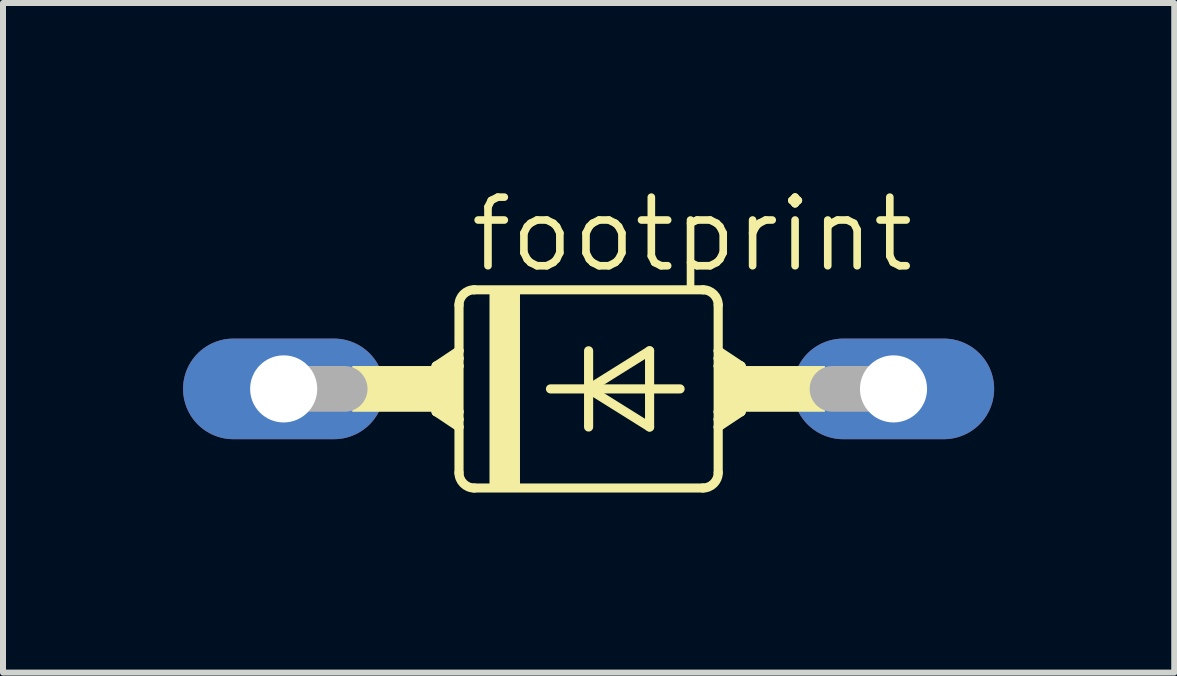
<source format=kicad_pcb>
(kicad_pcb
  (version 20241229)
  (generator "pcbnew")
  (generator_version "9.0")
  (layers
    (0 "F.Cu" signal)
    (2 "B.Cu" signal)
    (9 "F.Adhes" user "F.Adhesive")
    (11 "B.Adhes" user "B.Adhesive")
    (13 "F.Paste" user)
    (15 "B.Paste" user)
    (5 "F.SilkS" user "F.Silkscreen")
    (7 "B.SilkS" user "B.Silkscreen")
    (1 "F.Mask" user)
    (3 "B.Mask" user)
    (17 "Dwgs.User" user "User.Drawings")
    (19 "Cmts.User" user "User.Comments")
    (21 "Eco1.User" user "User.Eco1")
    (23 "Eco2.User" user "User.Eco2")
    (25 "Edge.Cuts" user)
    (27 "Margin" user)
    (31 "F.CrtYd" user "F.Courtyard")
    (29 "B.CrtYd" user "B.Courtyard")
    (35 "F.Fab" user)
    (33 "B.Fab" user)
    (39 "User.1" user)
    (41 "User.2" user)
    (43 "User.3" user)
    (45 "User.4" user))
  (footprint "footprint"
    (layer "F.Cu")
    (at 6.756 3.429)
    (property "Reference" "footprint" (at -2.032 -1.905 0) (layer "F.SilkS") (effects (font (size 1.143 1.143) (thickness 0.127)) (justify left bottom)))
    (fp_line (start -2.54 -0.381) (end -2.54 0.381) (stroke (width 0.152) (type solid)) (layer "F.SilkS"))
    (fp_line (start -2.54 -0.381) (end -2.413 -0.381) (stroke (width 0.152) (type solid)) (layer "F.SilkS"))
    (fp_line (start -2.54 0.381) (end -2.413 0.381) (stroke (width 0.152) (type solid)) (layer "F.SilkS"))
    (fp_line (start -2.54 0.381) (end -2.159 0.635) (stroke (width 0.152) (type solid)) (layer "F.SilkS"))
    (fp_line (start -2.413 -0.381) (end -2.159 -0.381) (stroke (width 0.152) (type solid)) (layer "F.SilkS"))
    (fp_line (start -2.413 0.381) (end -2.159 0.381) (stroke (width 0.152) (type solid)) (layer "F.SilkS"))
    (fp_line (start -2.159 -0.635) (end -2.54 -0.381) (stroke (width 0.152) (type solid)) (layer "F.SilkS"))
    (fp_line (start -2.159 -0.635) (end -2.159 -1.397) (stroke (width 0.152) (type solid)) (layer "F.SilkS"))
    (fp_line (start -2.159 -0.635) (end -2.159 -0.508) (stroke (width 0.152) (type solid)) (layer "F.SilkS"))
    (fp_line (start -2.159 -0.508) (end -2.413 -0.381) (stroke (width 0.152) (type solid)) (layer "F.SilkS"))
    (fp_line (start -2.159 -0.508) (end -2.159 -0.381) (stroke (width 0.152) (type solid)) (layer "F.SilkS"))
    (fp_line (start -2.159 -0.381) (end -2.159 0.381) (stroke (width 0.152) (type solid)) (layer "F.SilkS"))
    (fp_line (start -2.159 0.381) (end -2.159 0.508) (stroke (width 0.152) (type solid)) (layer "F.SilkS"))
    (fp_line (start -2.159 0.508) (end -2.413 0.381) (stroke (width 0.152) (type solid)) (layer "F.SilkS"))
    (fp_line (start -2.159 0.508) (end -2.159 0.635) (stroke (width 0.152) (type solid)) (layer "F.SilkS"))
    (fp_line (start -2.159 0.635) (end -2.159 1.397) (stroke (width 0.152) (type solid)) (layer "F.SilkS"))
    (fp_line (start -1.905 -1.651) (end 1.905 -1.651) (stroke (width 0.152) (type solid)) (layer "F.SilkS"))
    (fp_line (start -1.905 1.651) (end 1.905 1.651) (stroke (width 0.152) (type solid)) (layer "F.SilkS"))
    (fp_line (start -0.635 0) (end 0 0) (stroke (width 0.152) (type solid)) (layer "F.SilkS"))
    (fp_line (start 0 -0.635) (end 0 0) (stroke (width 0.152) (type solid)) (layer "F.SilkS"))
    (fp_line (start 0 0) (end 0 0.635) (stroke (width 0.152) (type solid)) (layer "F.SilkS"))
    (fp_line (start 0 0) (end 1.016 -0.635) (stroke (width 0.152) (type solid)) (layer "F.SilkS"))
    (fp_line (start 0 0) (end 1.524 0) (stroke (width 0.152) (type solid)) (layer "F.SilkS"))
    (fp_line (start 1.016 -0.635) (end 1.016 0.635) (stroke (width 0.152) (type solid)) (layer "F.SilkS"))
    (fp_line (start 1.016 0.635) (end 0 0) (stroke (width 0.152) (type solid)) (layer "F.SilkS"))
    (fp_line (start 2.159 -0.635) (end 2.159 -1.397) (stroke (width 0.152) (type solid)) (layer "F.SilkS"))
    (fp_line (start 2.159 -0.635) (end 2.54 -0.381) (stroke (width 0.152) (type solid)) (layer "F.SilkS"))
    (fp_line (start 2.159 -0.508) (end 2.159 -0.635) (stroke (width 0.152) (type solid)) (layer "F.SilkS"))
    (fp_line (start 2.159 -0.508) (end 2.413 -0.381) (stroke (width 0.152) (type solid)) (layer "F.SilkS"))
    (fp_line (start 2.159 -0.381) (end 2.159 -0.508) (stroke (width 0.152) (type solid)) (layer "F.SilkS"))
    (fp_line (start 2.159 0.381) (end 2.159 -0.381) (stroke (width 0.152) (type solid)) (layer "F.SilkS"))
    (fp_line (start 2.159 0.508) (end 2.159 0.381) (stroke (width 0.152) (type solid)) (layer "F.SilkS"))
    (fp_line (start 2.159 0.508) (end 2.413 0.381) (stroke (width 0.152) (type solid)) (layer "F.SilkS"))
    (fp_line (start 2.159 0.635) (end 2.159 0.508) (stroke (width 0.152) (type solid)) (layer "F.SilkS"))
    (fp_line (start 2.159 0.635) (end 2.159 1.397) (stroke (width 0.152) (type solid)) (layer "F.SilkS"))
    (fp_line (start 2.159 0.635) (end 2.54 0.381) (stroke (width 0.152) (type solid)) (layer "F.SilkS"))
    (fp_line (start 2.413 -0.381) (end 2.159 -0.381) (stroke (width 0.152) (type solid)) (layer "F.SilkS"))
    (fp_line (start 2.413 0.381) (end 2.159 0.381) (stroke (width 0.152) (type solid)) (layer "F.SilkS"))
    (fp_line (start 2.54 -0.381) (end 2.413 -0.381) (stroke (width 0.152) (type solid)) (layer "F.SilkS"))
    (fp_line (start 2.54 -0.381) (end 2.54 0.381) (stroke (width 0.152) (type solid)) (layer "F.SilkS"))
    (fp_line (start 2.54 0.381) (end 2.413 0.381) (stroke (width 0.152) (type solid)) (layer "F.SilkS"))
    (fp_arc (start -2.159 -1.397) (mid -2.084605 -1.576605) (end -1.905 -1.651) (stroke (width 0.1524) (type solid)) (layer "F.SilkS"))
    (fp_arc (start -1.905 1.651) (mid -2.084605 1.576605) (end -2.159 1.397) (stroke (width 0.1524) (type solid)) (layer "F.SilkS"))
    (fp_arc (start 1.905 -1.651) (mid 2.084605 -1.576605) (end 2.159 -1.397) (stroke (width 0.1524) (type solid)) (layer "F.SilkS"))
    (fp_arc (start 2.159 1.397) (mid 2.084605 1.576605) (end 1.905 1.651) (stroke (width 0.1524) (type solid)) (layer "F.SilkS"))
    (fp_poly (pts (xy -3.937 0.381) (xy -2.159 0.381) (xy -2.159 -0.381) (xy -3.937 -0.381)) (stroke (width 0) (type solid)) (fill yes) (layer "F.SilkS"))
    (fp_poly (pts (xy -1.651 1.651) (xy -1.143 1.651) (xy -1.143 -1.651) (xy -1.651 -1.651)) (stroke (width 0) (type solid)) (fill yes) (layer "F.SilkS"))
    (fp_poly (pts (xy 2.159 0.381) (xy 3.937 0.381) (xy 3.937 -0.381) (xy 2.159 -0.381)) (stroke (width 0) (type solid)) (fill yes) (layer "F.SilkS"))
    (fp_line (start -5.08 0) (end -4.064 0) (stroke (width 0.762) (type solid)) (layer "F.Fab"))
    (fp_line (start 5.08 0) (end 4.064 0) (stroke (width 0.762) (type solid)) (layer "F.Fab"))
    (pad "A" thru_hole oval (at 5.08 0) (size 3.353 1.676) (drill 1.118) (layers "*.Cu" "*.Mask"))
    (pad "C" thru_hole oval (at -5.08 0) (size 3.353 1.676) (drill 1.118) (layers "*.Cu" "*.Mask")))
  (gr_rect
    (start -3 -3)
    (end 16.513 8.156)
    (stroke (width 0.1) (type default))
    (fill no)
    (layer "Edge.Cuts")))
</source>
